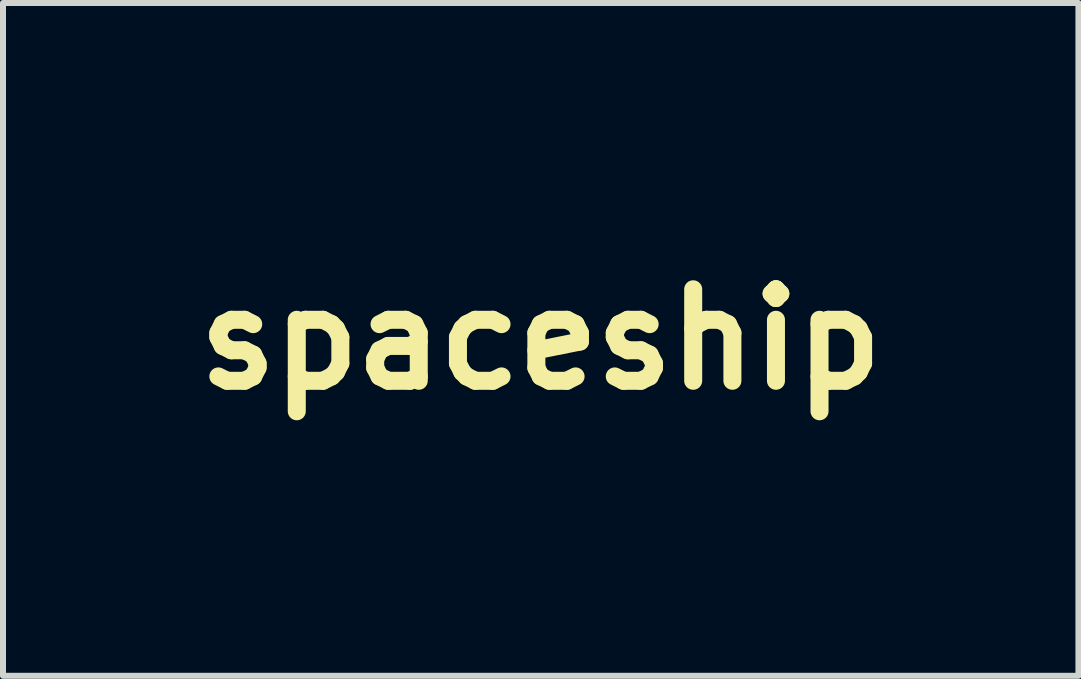
<source format=kicad_pcb>
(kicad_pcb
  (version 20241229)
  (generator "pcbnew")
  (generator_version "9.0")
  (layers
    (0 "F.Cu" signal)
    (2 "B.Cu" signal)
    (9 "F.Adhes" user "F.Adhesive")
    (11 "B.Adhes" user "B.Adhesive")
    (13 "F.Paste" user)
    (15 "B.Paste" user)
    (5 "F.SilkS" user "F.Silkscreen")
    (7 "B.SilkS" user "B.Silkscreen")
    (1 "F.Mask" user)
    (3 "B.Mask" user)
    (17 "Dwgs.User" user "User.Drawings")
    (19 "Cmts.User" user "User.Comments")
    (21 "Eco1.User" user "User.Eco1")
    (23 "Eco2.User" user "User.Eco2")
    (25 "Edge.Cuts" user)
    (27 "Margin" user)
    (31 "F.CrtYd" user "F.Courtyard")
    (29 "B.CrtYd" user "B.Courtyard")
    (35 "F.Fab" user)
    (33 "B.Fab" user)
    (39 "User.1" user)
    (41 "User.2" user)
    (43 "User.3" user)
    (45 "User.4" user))
  (footprint "spaceship"
    (layer "F.Cu")
    (at 5.958 2.604)
    (property "Reference" "spaceship" (at 0 0 0) (layer "F.SilkS") (effects (font (size 1.524 1.524) (thickness 0.3))))
    (attr through_hole)
    (fp_poly (pts (xy 1.536 -1.863) (xy 1.614 -1.833) (xy 1.695 -1.783) (xy 1.763 -1.72) (xy 1.815 -1.647) (xy 1.853 -1.566) (xy 1.876 -1.481) (xy 1.882 -1.392) (xy 1.873 -1.304) (xy 1.847 -1.218) (xy 1.803 -1.137) (xy 1.743 -1.062) (xy 1.742 -1.062) (xy 1.68 -1.011) (xy 1.605 -0.968) (xy 1.526 -0.937) (xy 1.473 -0.925) (xy 1.435 -0.919) (xy 1.407 -0.916) (xy 1.383 -0.917) (xy 1.353 -0.921) (xy 1.321 -0.926) (xy 1.231 -0.95) (xy 1.15 -0.992) (xy 1.078 -1.048) (xy 1.017 -1.115) (xy 0.97 -1.193) (xy 0.937 -1.278) (xy 0.921 -1.368) (xy 0.921 -1.388) (xy 1.23 -1.388) (xy 1.24 -1.338) (xy 1.263 -1.293) (xy 1.3 -1.258) (xy 1.325 -1.244) (xy 1.373 -1.232) (xy 1.426 -1.232) (xy 1.474 -1.243) (xy 1.48 -1.246) (xy 1.524 -1.277) (xy 1.555 -1.32) (xy 1.571 -1.369) (xy 1.573 -1.421) (xy 1.56 -1.472) (xy 1.532 -1.518) (xy 1.507 -1.542) (xy 1.462 -1.564) (xy 1.409 -1.574) (xy 1.356 -1.569) (xy 1.327 -1.559) (xy 1.282 -1.528) (xy 1.252 -1.487) (xy 1.234 -1.439) (xy 1.23 -1.388) (xy 0.921 -1.388) (xy 0.923 -1.46) (xy 0.925 -1.471) (xy 0.949 -1.565) (xy 0.989 -1.649) (xy 1.043 -1.722) (xy 1.109 -1.783) (xy 1.184 -1.83) (xy 1.266 -1.863) (xy 1.354 -1.88) (xy 1.445 -1.881) (xy 1.536 -1.863)) (stroke (width 0.01) (type solid)) (fill yes) (layer "F.Mask"))
    (fp_poly (pts (xy 2.23 -2.598) (xy 2.313 -2.596) (xy 2.377 -2.593) (xy 2.428 -2.589) (xy 2.465 -2.584) (xy 2.494 -2.576) (xy 2.516 -2.565) (xy 2.534 -2.552) (xy 2.547 -2.539) (xy 2.562 -2.521) (xy 2.573 -2.5) (xy 2.581 -2.475) (xy 2.588 -2.441) (xy 2.592 -2.396) (xy 2.595 -2.337) (xy 2.598 -2.262) (xy 2.598 -2.25) (xy 2.596 -2.002) (xy 2.575 -1.761) (xy 2.536 -1.528) (xy 2.478 -1.303) (xy 2.401 -1.084) (xy 2.305 -0.872) (xy 2.28 -0.824) (xy 2.229 -0.732) (xy 2.177 -0.645) (xy 2.121 -0.563) (xy 2.06 -0.481) (xy 1.991 -0.397) (xy 1.912 -0.309) (xy 1.82 -0.212) (xy 1.751 -0.142) (xy 1.554 0.056) (xy 1.551 0.31) (xy 1.547 0.452) (xy 1.54 0.58) (xy 1.528 0.697) (xy 1.511 0.808) (xy 1.489 0.92) (xy 1.46 1.036) (xy 1.437 1.118) (xy 1.365 1.328) (xy 1.275 1.533) (xy 1.168 1.731) (xy 1.045 1.917) (xy 0.966 2.021) (xy 0.935 2.058) (xy 0.894 2.104) (xy 0.846 2.157) (xy 0.792 2.214) (xy 0.735 2.274) (xy 0.677 2.334) (xy 0.62 2.392) (xy 0.566 2.445) (xy 0.517 2.492) (xy 0.476 2.531) (xy 0.445 2.559) (xy 0.427 2.572) (xy 0.376 2.596) (xy 0.325 2.6) (xy 0.288 2.59) (xy 0.276 2.581) (xy 0.25 2.559) (xy 0.214 2.525) (xy 0.167 2.481) (xy 0.11 2.427) (xy 0.047 2.365) (xy -0.024 2.296) (xy -0.099 2.222) (xy -0.178 2.143) (xy -0.185 2.136) (xy -0.263 2.058) (xy -0.338 1.984) (xy -0.406 1.916) (xy -0.468 1.855) (xy -0.522 1.802) (xy -0.566 1.759) (xy -0.578 1.747) (xy -0.137 1.747) (xy 0.102 1.986) (xy 0.159 2.043) (xy 0.211 2.095) (xy 0.258 2.141) (xy 0.296 2.178) (xy 0.325 2.206) (xy 0.342 2.222) (xy 0.346 2.225) (xy 0.355 2.218) (xy 0.375 2.199) (xy 0.406 2.169) (xy 0.444 2.131) (xy 0.488 2.086) (xy 0.509 2.065) (xy 0.614 1.955) (xy 0.705 1.853) (xy 0.783 1.755) (xy 0.853 1.657) (xy 0.915 1.557) (xy 0.974 1.451) (xy 1.001 1.397) (xy 1.065 1.255) (xy 1.118 1.11) (xy 1.162 0.958) (xy 1.197 0.797) (xy 1.224 0.624) (xy 1.244 0.434) (xy 1.245 0.432) (xy 1.25 0.361) (xy 0.557 1.054) (xy -0.137 1.747) (xy -0.578 1.747) (xy -0.601 1.726) (xy -0.623 1.705) (xy -0.632 1.697) (xy -0.632 1.697) (xy -0.639 1.708) (xy -0.654 1.729) (xy -0.662 1.743) (xy -0.697 1.792) (xy -0.742 1.849) (xy -0.794 1.908) (xy -0.847 1.965) (xy -0.897 2.014) (xy -0.912 2.027) (xy -1.044 2.13) (xy -1.193 2.225) (xy -1.357 2.312) (xy -1.533 2.39) (xy -1.721 2.458) (xy -1.918 2.514) (xy -2.121 2.559) (xy -2.181 2.57) (xy -2.287 2.586) (xy -2.374 2.595) (xy -2.443 2.598) (xy -2.492 2.593) (xy -2.517 2.585) (xy -2.56 2.552) (xy -2.588 2.506) (xy -2.598 2.46) (xy -2.599 2.431) (xy -2.597 2.388) (xy -2.592 2.337) (xy -2.586 2.286) (xy -2.582 2.262) (xy -2.273 2.262) (xy -2.272 2.268) (xy -2.266 2.271) (xy -2.253 2.271) (xy -2.229 2.267) (xy -2.192 2.26) (xy -2.139 2.248) (xy -2.093 2.238) (xy -1.904 2.191) (xy -1.726 2.134) (xy -1.559 2.067) (xy -1.405 1.993) (xy -1.267 1.911) (xy -1.145 1.822) (xy -1.09 1.773) (xy -1.045 1.728) (xy -0.998 1.676) (xy -0.952 1.62) (xy -0.912 1.566) (xy -0.882 1.519) (xy -0.874 1.504) (xy -0.855 1.467) (xy -1.27 1.051) (xy -0.833 1.051) (xy -0.593 1.291) (xy -0.354 1.531) (xy -0.139 1.319) (xy -0.379 1.079) (xy -0.62 0.838) (xy -0.726 0.945) (xy -0.833 1.051) (xy -1.27 1.051) (xy -1.469 0.853) (xy -1.527 0.888) (xy -1.642 0.968) (xy -1.748 1.063) (xy -1.845 1.175) (xy -1.935 1.304) (xy -2.017 1.452) (xy -2.071 1.567) (xy -2.129 1.712) (xy -2.181 1.87) (xy -2.225 2.032) (xy -2.255 2.169) (xy -2.262 2.206) (xy -2.268 2.238) (xy -2.271 2.253) (xy -2.273 2.262) (xy -2.582 2.262) (xy -2.554 2.09) (xy -2.509 1.896) (xy -2.453 1.708) (xy -2.386 1.526) (xy -2.31 1.354) (xy -2.225 1.194) (xy -2.133 1.049) (xy -2.034 0.92) (xy -2.027 0.912) (xy -1.982 0.864) (xy -1.927 0.812) (xy -1.868 0.759) (xy -1.81 0.711) (xy -1.758 0.672) (xy -1.743 0.662) (xy -1.718 0.646) (xy -1.701 0.635) (xy -1.697 0.632) (xy -1.703 0.625) (xy -1.723 0.604) (xy -1.754 0.572) (xy -1.796 0.528) (xy -1.848 0.476) (xy -1.908 0.415) (xy -1.966 0.356) (xy -1.529 0.356) (xy -1.29 0.594) (xy -1.052 0.833) (xy -0.838 0.62) (xy -1.077 0.381) (xy -1.316 0.142) (xy -1.529 0.356) (xy -1.966 0.356) (xy -1.975 0.347) (xy -2.048 0.274) (xy -2.125 0.196) (xy -2.136 0.185) (xy -2.215 0.106) (xy -2.29 0.03) (xy -2.359 -0.041) (xy -2.422 -0.105) (xy -2.476 -0.162) (xy -2.522 -0.21) (xy -2.557 -0.248) (xy -2.58 -0.274) (xy -2.59 -0.287) (xy -2.59 -0.288) (xy -2.6 -0.342) (xy -2.599 -0.347) (xy -2.23 -0.347) (xy -1.991 -0.107) (xy -1.934 -0.05) (xy -1.882 0.002) (xy -1.836 0.048) (xy -1.797 0.085) (xy -1.769 0.113) (xy -1.752 0.129) (xy -1.748 0.132) (xy -1.74 0.125) (xy -1.719 0.105) (xy -1.685 0.072) (xy -1.64 0.027) (xy -1.585 -0.027) (xy -1.536 -0.076) (xy -1.097 -0.076) (xy -0.859 0.163) (xy -0.62 0.401) (xy -0.003 -0.215) (xy 0.107 -0.325) (xy 0.203 -0.421) (xy 0.287 -0.504) (xy 0.36 -0.576) (xy 0.421 -0.636) (xy 0.473 -0.687) (xy 0.517 -0.729) (xy 0.552 -0.762) (xy 0.581 -0.788) (xy 0.603 -0.808) (xy 0.621 -0.821) (xy 0.634 -0.831) (xy 0.645 -0.836) (xy 0.653 -0.839) (xy 0.653 -0.839) (xy 0.712 -0.841) (xy 0.762 -0.825) (xy 0.802 -0.795) (xy 0.83 -0.753) (xy 0.842 -0.701) (xy 0.839 -0.653) (xy 0.836 -0.645) (xy 0.831 -0.634) (xy 0.821 -0.621) (xy 0.807 -0.603) (xy 0.788 -0.581) (xy 0.762 -0.552) (xy 0.728 -0.516) (xy 0.687 -0.473) (xy 0.636 -0.421) (xy 0.575 -0.359) (xy 0.503 -0.287) (xy 0.42 -0.203) (xy 0.324 -0.106) (xy 0.215 0.003) (xy -0.401 0.62) (xy -0.163 0.859) (xy -0.105 0.916) (xy -0.053 0.968) (xy -0.007 1.013) (xy 0.031 1.051) (xy 0.059 1.078) (xy 0.075 1.094) (xy 0.079 1.097) (xy 0.087 1.09) (xy 0.108 1.07) (xy 0.141 1.037) (xy 0.186 0.992) (xy 0.242 0.937) (xy 0.307 0.872) (xy 0.381 0.798) (xy 0.463 0.717) (xy 0.551 0.628) (xy 0.646 0.534) (xy 0.745 0.434) (xy 0.847 0.333) (xy 0.952 0.227) (xy 1.054 0.125) (xy 1.153 0.026) (xy 1.246 -0.068) (xy 1.333 -0.156) (xy 1.414 -0.236) (xy 1.486 -0.309) (xy 1.548 -0.372) (xy 1.601 -0.425) (xy 1.642 -0.467) (xy 1.671 -0.496) (xy 1.684 -0.511) (xy 1.811 -0.66) (xy 1.925 -0.825) (xy 2.026 -1.001) (xy 2.112 -1.187) (xy 2.181 -1.38) (xy 2.21 -1.481) (xy 2.237 -1.6) (xy 2.26 -1.729) (xy 2.278 -1.862) (xy 2.29 -1.993) (xy 2.295 -2.116) (xy 2.294 -2.195) (xy 2.291 -2.291) (xy 2.118 -2.29) (xy 2.051 -2.289) (xy 1.981 -2.287) (xy 1.914 -2.283) (xy 1.859 -2.279) (xy 1.839 -2.277) (xy 1.626 -2.243) (xy 1.42 -2.192) (xy 1.221 -2.125) (xy 1.031 -2.041) (xy 0.852 -1.943) (xy 0.686 -1.83) (xy 0.601 -1.763) (xy 0.582 -1.746) (xy 0.55 -1.715) (xy 0.505 -1.672) (xy 0.45 -1.618) (xy 0.384 -1.554) (xy 0.309 -1.48) (xy 0.226 -1.398) (xy 0.136 -1.309) (xy 0.04 -1.214) (xy -0.061 -1.113) (xy -0.166 -1.008) (xy -0.274 -0.901) (xy -0.292 -0.882) (xy -1.097 -0.076) (xy -1.536 -0.076) (xy -1.52 -0.091) (xy -1.447 -0.164) (xy -1.367 -0.244) (xy -1.28 -0.331) (xy -1.187 -0.423) (xy -1.09 -0.52) (xy -1.052 -0.559) (xy -0.361 -1.25) (xy -0.432 -1.245) (xy -0.568 -1.232) (xy -0.689 -1.217) (xy -0.799 -1.199) (xy -0.902 -1.177) (xy -1.003 -1.15) (xy -1.107 -1.118) (xy -1.112 -1.116) (xy -1.265 -1.06) (xy -1.408 -0.996) (xy -1.544 -0.923) (xy -1.675 -0.839) (xy -1.806 -0.742) (xy -1.938 -0.629) (xy -2.057 -0.516) (xy -2.23 -0.347) (xy -2.599 -0.347) (xy -2.59 -0.396) (xy -2.582 -0.414) (xy -2.569 -0.432) (xy -2.543 -0.462) (xy -2.507 -0.501) (xy -2.462 -0.548) (xy -2.411 -0.6) (xy -2.355 -0.656) (xy -2.296 -0.714) (xy -2.238 -0.77) (xy -2.181 -0.825) (xy -2.128 -0.874) (xy -2.08 -0.916) (xy -2.042 -0.949) (xy -1.879 -1.073) (xy -1.701 -1.186) (xy -1.511 -1.285) (xy -1.313 -1.37) (xy -1.11 -1.439) (xy -1.008 -1.467) (xy -0.905 -1.491) (xy -0.811 -1.511) (xy -0.72 -1.525) (xy -0.628 -1.536) (xy -0.53 -1.544) (xy -0.42 -1.548) (xy -0.32 -1.551) (xy -0.056 -1.554) (xy 0.142 -1.751) (xy 0.245 -1.852) (xy 0.338 -1.939) (xy 0.425 -2.014) (xy 0.508 -2.08) (xy 0.589 -2.139) (xy 0.673 -2.193) (xy 0.761 -2.245) (xy 0.846 -2.291) (xy 1.055 -2.388) (xy 1.268 -2.467) (xy 1.487 -2.527) (xy 1.714 -2.569) (xy 1.948 -2.593) (xy 2.192 -2.599) (xy 2.23 -2.598)) (stroke (width 0.01) (type solid)) (fill yes) (layer "F.Mask")))
  (gr_rect
    (start -3 -3)
    (end 14.916 8.208)
    (stroke (width 0.1) (type default))
    (fill no)
    (layer "Edge.Cuts")))
</source>
